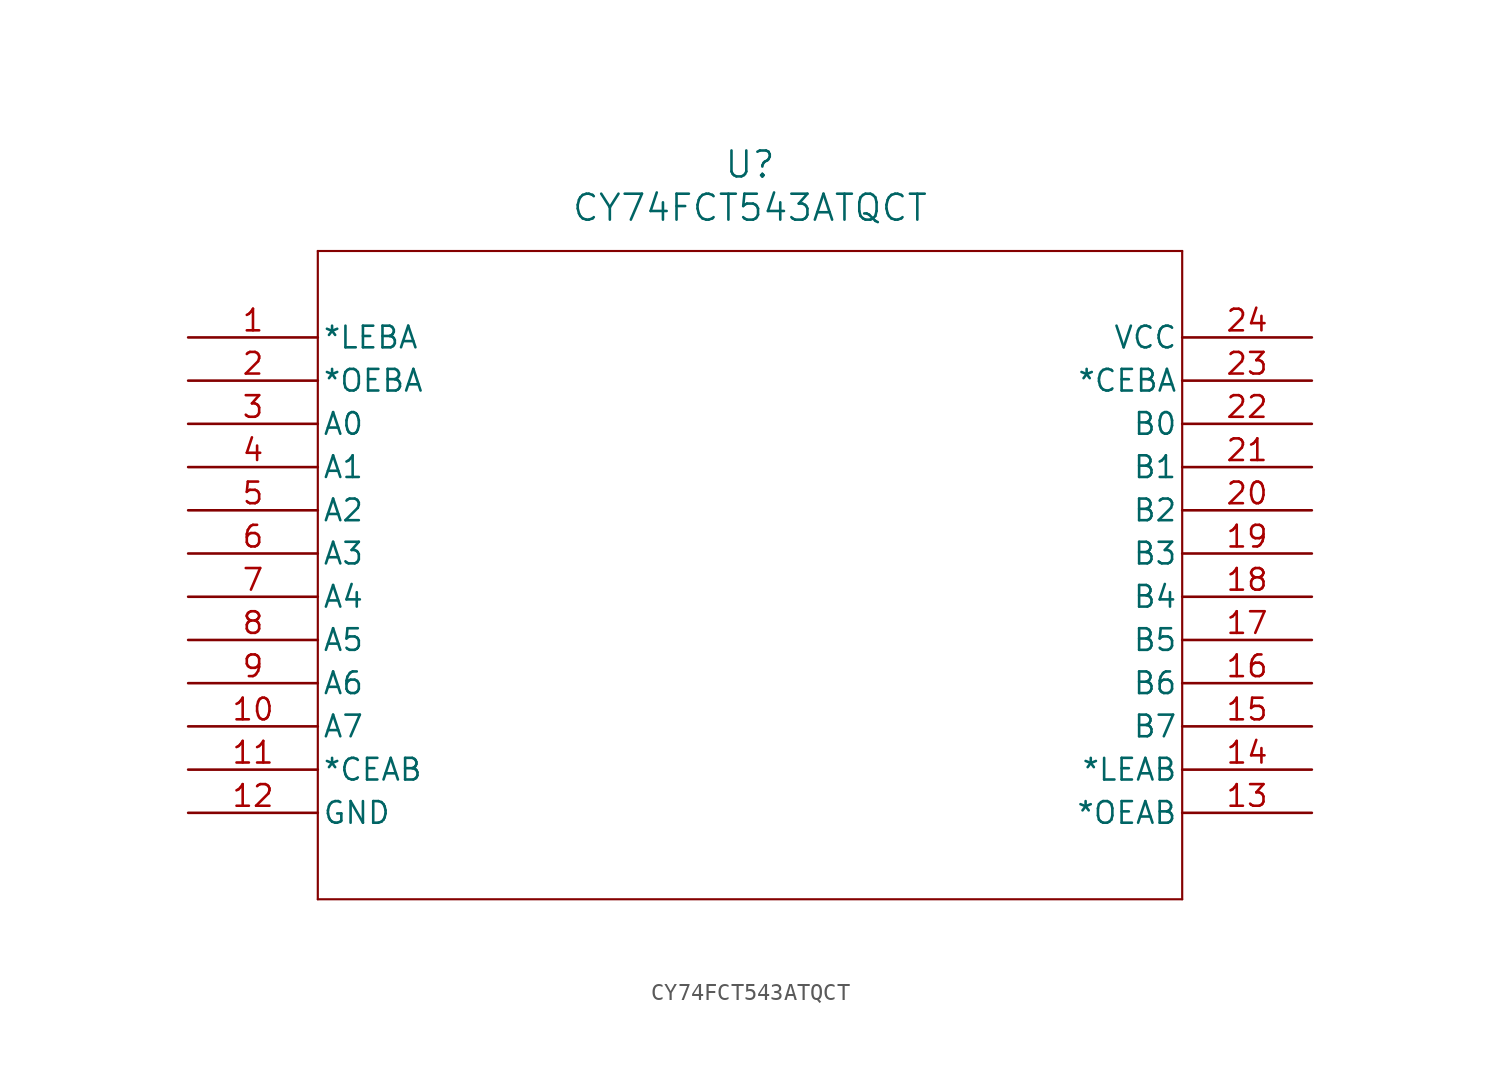
<source format=kicad_sym>
(kicad_symbol_lib
  (version 20211014)
  (generator kicad_symbol_editor)
  (symbol "CY74FCT543ATQCT"
    (pin_names
      (offset 0.254))
    (property "Reference" "U"
      (at 33.02 10.16 0)
      (effects (font (size 1.524 1.524))))
    (property "Value" "CY74FCT543ATQCT"
      (at 33.02 7.62 0)
      (effects (font (size 1.524 1.524))))
    (symbol "CY74FCT543ATQCT_0_1"
      (polyline (pts (xy 7.62 5.08) (xy 7.62 -33.02)) (stroke (width 0.127) (type default) (color 0 0 0 0)) (fill (type none)))
      (polyline (pts (xy 7.62 -33.02) (xy 58.42 -33.02)) (stroke (width 0.127) (type default) (color 0 0 0 0)) (fill (type none)))
      (polyline (pts (xy 58.42 -33.02) (xy 58.42 5.08)) (stroke (width 0.127) (type default) (color 0 0 0 0)) (fill (type none)))
      (polyline (pts (xy 58.42 5.08) (xy 7.62 5.08)) (stroke (width 0.127) (type default) (color 0 0 0 0)) (fill (type none)))
      (pin input line (at 0 0 0) (length 7.62) (name "*LEBA" (effects (font (size 1.27 1.27)))) (number "1" (effects (font (size 1.27 1.27)))))
      (pin input line (at 0 -2.54 0) (length 7.62) (name "*OEBA" (effects (font (size 1.27 1.27)))) (number "2" (effects (font (size 1.27 1.27)))))
      (pin bidirectional line (at 0 -5.08 0) (length 7.62) (name "A0" (effects (font (size 1.27 1.27)))) (number "3" (effects (font (size 1.27 1.27)))))
      (pin bidirectional line (at 0 -7.62 0) (length 7.62) (name "A1" (effects (font (size 1.27 1.27)))) (number "4" (effects (font (size 1.27 1.27)))))
      (pin bidirectional line (at 0 -10.16 0) (length 7.62) (name "A2" (effects (font (size 1.27 1.27)))) (number "5" (effects (font (size 1.27 1.27)))))
      (pin bidirectional line (at 0 -12.7 0) (length 7.62) (name "A3" (effects (font (size 1.27 1.27)))) (number "6" (effects (font (size 1.27 1.27)))))
      (pin bidirectional line (at 0 -15.24 0) (length 7.62) (name "A4" (effects (font (size 1.27 1.27)))) (number "7" (effects (font (size 1.27 1.27)))))
      (pin bidirectional line (at 0 -17.78 0) (length 7.62) (name "A5" (effects (font (size 1.27 1.27)))) (number "8" (effects (font (size 1.27 1.27)))))
      (pin bidirectional line (at 0 -20.32 0) (length 7.62) (name "A6" (effects (font (size 1.27 1.27)))) (number "9" (effects (font (size 1.27 1.27)))))
      (pin bidirectional line (at 0 -22.86 0) (length 7.62) (name "A7" (effects (font (size 1.27 1.27)))) (number "10" (effects (font (size 1.27 1.27)))))
      (pin input line (at 0 -25.4 0) (length 7.62) (name "*CEAB" (effects (font (size 1.27 1.27)))) (number "11" (effects (font (size 1.27 1.27)))))
      (pin power_in line (at 0 -27.94 0) (length 7.62) (name "GND" (effects (font (size 1.27 1.27)))) (number "12" (effects (font (size 1.27 1.27)))))
      (pin input line (at 66.04 -27.94 180) (length 7.62) (name "*OEAB" (effects (font (size 1.27 1.27)))) (number "13" (effects (font (size 1.27 1.27)))))
      (pin input line (at 66.04 -25.4 180) (length 7.62) (name "*LEAB" (effects (font (size 1.27 1.27)))) (number "14" (effects (font (size 1.27 1.27)))))
      (pin bidirectional line (at 66.04 -22.86 180) (length 7.62) (name "B7" (effects (font (size 1.27 1.27)))) (number "15" (effects (font (size 1.27 1.27)))))
      (pin bidirectional line (at 66.04 -20.32 180) (length 7.62) (name "B6" (effects (font (size 1.27 1.27)))) (number "16" (effects (font (size 1.27 1.27)))))
      (pin bidirectional line (at 66.04 -17.78 180) (length 7.62) (name "B5" (effects (font (size 1.27 1.27)))) (number "17" (effects (font (size 1.27 1.27)))))
      (pin bidirectional line (at 66.04 -15.24 180) (length 7.62) (name "B4" (effects (font (size 1.27 1.27)))) (number "18" (effects (font (size 1.27 1.27)))))
      (pin bidirectional line (at 66.04 -12.7 180) (length 7.62) (name "B3" (effects (font (size 1.27 1.27)))) (number "19" (effects (font (size 1.27 1.27)))))
      (pin bidirectional line (at 66.04 -10.16 180) (length 7.62) (name "B2" (effects (font (size 1.27 1.27)))) (number "20" (effects (font (size 1.27 1.27)))))
      (pin bidirectional line (at 66.04 -7.62 180) (length 7.62) (name "B1" (effects (font (size 1.27 1.27)))) (number "21" (effects (font (size 1.27 1.27)))))
      (pin bidirectional line (at 66.04 -5.08 180) (length 7.62) (name "B0" (effects (font (size 1.27 1.27)))) (number "22" (effects (font (size 1.27 1.27)))))
      (pin input line (at 66.04 -2.54 180) (length 7.62) (name "*CEBA" (effects (font (size 1.27 1.27)))) (number "23" (effects (font (size 1.27 1.27)))))
      (pin power_in line (at 66.04 0 180) (length 7.62) (name "VCC" (effects (font (size 1.27 1.27)))) (number "24" (effects (font (size 1.27 1.27))))))))
</source>
